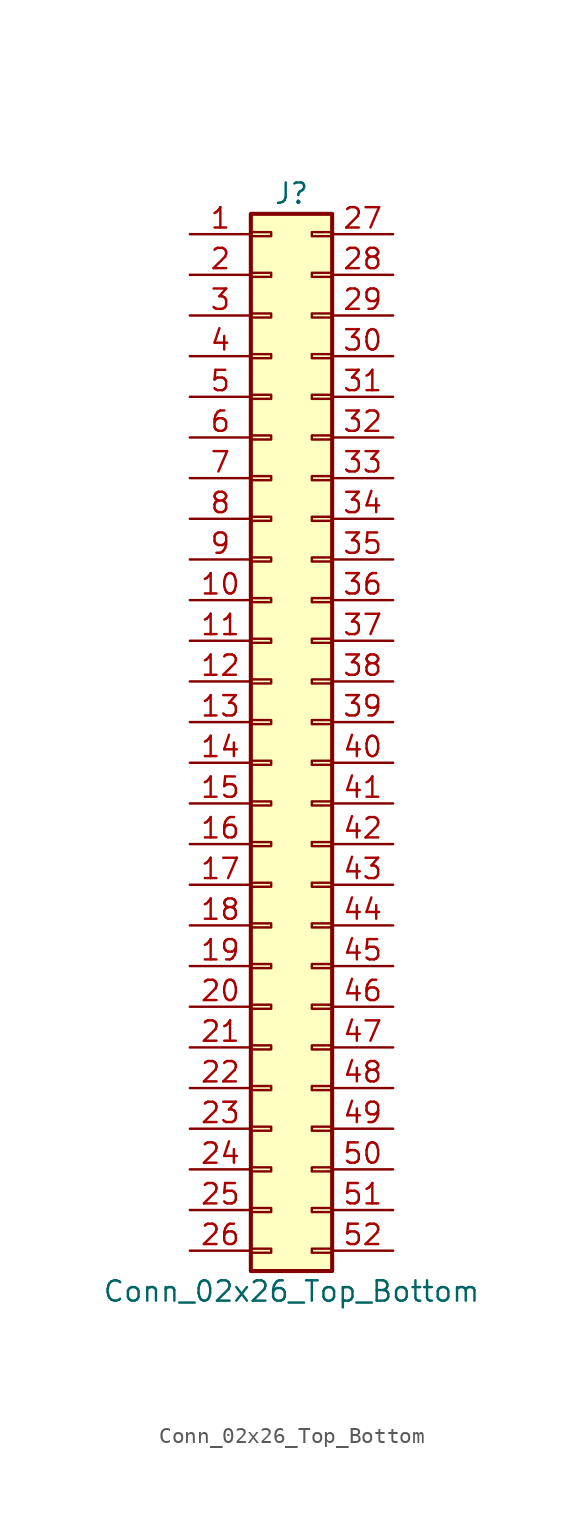
<source format=kicad_sym>
(kicad_symbol_lib
  (version 20201005)
  (generator kicad_symbol_editor)
  (symbol "Conn_02x26_Top_Bottom"
    (pin_names
      (offset 1.016) hide)
    (property "Reference" "J"
      (at 1.27 33.02 0)
      (effects (font (size 1.27 1.27))))
    (property "Value" "Conn_02x26_Top_Bottom"
      (at 1.27 -35.56 0)
      (effects (font (size 1.27 1.27))))
    (symbol "Conn_02x26_Top_Bottom_1_1"
      (rectangle (start -1.27 -32.893) (end 0 -33.147) (stroke (width 0.152)) (fill (type none)))
      (rectangle (start -1.27 -30.353) (end 0 -30.607) (stroke (width 0.152)) (fill (type none)))
      (rectangle (start -1.27 -27.813) (end 0 -28.067) (stroke (width 0.152)) (fill (type none)))
      (rectangle (start -1.27 -25.273) (end 0 -25.527) (stroke (width 0.152)) (fill (type none)))
      (rectangle (start -1.27 -22.733) (end 0 -22.987) (stroke (width 0.152)) (fill (type none)))
      (rectangle (start -1.27 -20.193) (end 0 -20.447) (stroke (width 0.152)) (fill (type none)))
      (rectangle (start -1.27 -17.653) (end 0 -17.907) (stroke (width 0.152)) (fill (type none)))
      (rectangle (start -1.27 -15.113) (end 0 -15.367) (stroke (width 0.152)) (fill (type none)))
      (rectangle (start -1.27 -12.573) (end 0 -12.827) (stroke (width 0.152)) (fill (type none)))
      (rectangle (start -1.27 -10.033) (end 0 -10.287) (stroke (width 0.152)) (fill (type none)))
      (rectangle (start -1.27 -7.493) (end 0 -7.747) (stroke (width 0.152)) (fill (type none)))
      (rectangle (start -1.27 -4.953) (end 0 -5.207) (stroke (width 0.152)) (fill (type none)))
      (rectangle (start -1.27 -2.413) (end 0 -2.667) (stroke (width 0.152)) (fill (type none)))
      (rectangle (start -1.27 0.127) (end 0 -0.127) (stroke (width 0.152)) (fill (type none)))
      (rectangle (start -1.27 2.667) (end 0 2.413) (stroke (width 0.152)) (fill (type none)))
      (rectangle (start -1.27 5.207) (end 0 4.953) (stroke (width 0.152)) (fill (type none)))
      (rectangle (start -1.27 7.747) (end 0 7.493) (stroke (width 0.152)) (fill (type none)))
      (rectangle (start -1.27 10.287) (end 0 10.033) (stroke (width 0.152)) (fill (type none)))
      (rectangle (start -1.27 12.827) (end 0 12.573) (stroke (width 0.152)) (fill (type none)))
      (rectangle (start -1.27 15.367) (end 0 15.113) (stroke (width 0.152)) (fill (type none)))
      (rectangle (start -1.27 17.907) (end 0 17.653) (stroke (width 0.152)) (fill (type none)))
      (rectangle (start -1.27 20.447) (end 0 20.193) (stroke (width 0.152)) (fill (type none)))
      (rectangle (start -1.27 22.987) (end 0 22.733) (stroke (width 0.152)) (fill (type none)))
      (rectangle (start -1.27 25.527) (end 0 25.273) (stroke (width 0.152)) (fill (type none)))
      (rectangle (start -1.27 28.067) (end 0 27.813) (stroke (width 0.152)) (fill (type none)))
      (rectangle (start -1.27 30.607) (end 0 30.353) (stroke (width 0.152)) (fill (type none)))
      (rectangle (start -1.27 31.75) (end 3.81 -34.29) (stroke (width 0.254)) (fill (type background)))
      (rectangle (start 3.81 -32.893) (end 2.54 -33.147) (stroke (width 0.152)) (fill (type none)))
      (rectangle (start 3.81 -30.353) (end 2.54 -30.607) (stroke (width 0.152)) (fill (type none)))
      (rectangle (start 3.81 -27.813) (end 2.54 -28.067) (stroke (width 0.152)) (fill (type none)))
      (rectangle (start 3.81 -25.273) (end 2.54 -25.527) (stroke (width 0.152)) (fill (type none)))
      (rectangle (start 3.81 -22.733) (end 2.54 -22.987) (stroke (width 0.152)) (fill (type none)))
      (rectangle (start 3.81 -20.193) (end 2.54 -20.447) (stroke (width 0.152)) (fill (type none)))
      (rectangle (start 3.81 -17.653) (end 2.54 -17.907) (stroke (width 0.152)) (fill (type none)))
      (rectangle (start 3.81 -15.113) (end 2.54 -15.367) (stroke (width 0.152)) (fill (type none)))
      (rectangle (start 3.81 -12.573) (end 2.54 -12.827) (stroke (width 0.152)) (fill (type none)))
      (rectangle (start 3.81 -10.033) (end 2.54 -10.287) (stroke (width 0.152)) (fill (type none)))
      (rectangle (start 3.81 -7.493) (end 2.54 -7.747) (stroke (width 0.152)) (fill (type none)))
      (rectangle (start 3.81 -4.953) (end 2.54 -5.207) (stroke (width 0.152)) (fill (type none)))
      (rectangle (start 3.81 -2.413) (end 2.54 -2.667) (stroke (width 0.152)) (fill (type none)))
      (rectangle (start 3.81 0.127) (end 2.54 -0.127) (stroke (width 0.152)) (fill (type none)))
      (rectangle (start 3.81 2.667) (end 2.54 2.413) (stroke (width 0.152)) (fill (type none)))
      (rectangle (start 3.81 5.207) (end 2.54 4.953) (stroke (width 0.152)) (fill (type none)))
      (rectangle (start 3.81 7.747) (end 2.54 7.493) (stroke (width 0.152)) (fill (type none)))
      (rectangle (start 3.81 10.287) (end 2.54 10.033) (stroke (width 0.152)) (fill (type none)))
      (rectangle (start 3.81 12.827) (end 2.54 12.573) (stroke (width 0.152)) (fill (type none)))
      (rectangle (start 3.81 15.367) (end 2.54 15.113) (stroke (width 0.152)) (fill (type none)))
      (rectangle (start 3.81 17.907) (end 2.54 17.653) (stroke (width 0.152)) (fill (type none)))
      (rectangle (start 3.81 20.447) (end 2.54 20.193) (stroke (width 0.152)) (fill (type none)))
      (rectangle (start 3.81 22.987) (end 2.54 22.733) (stroke (width 0.152)) (fill (type none)))
      (rectangle (start 3.81 25.527) (end 2.54 25.273) (stroke (width 0.152)) (fill (type none)))
      (rectangle (start 3.81 28.067) (end 2.54 27.813) (stroke (width 0.152)) (fill (type none)))
      (rectangle (start 3.81 30.607) (end 2.54 30.353) (stroke (width 0.152)) (fill (type none)))
      (pin passive line (at -5.08 30.48 0) (length 3.81) (name "Pin_1" (effects (font (size 1.27 1.27)))) (number "1" (effects (font (size 1.27 1.27)))))
      (pin passive line (at -5.08 7.62 0) (length 3.81) (name "Pin_10" (effects (font (size 1.27 1.27)))) (number "10" (effects (font (size 1.27 1.27)))))
      (pin passive line (at -5.08 5.08 0) (length 3.81) (name "Pin_11" (effects (font (size 1.27 1.27)))) (number "11" (effects (font (size 1.27 1.27)))))
      (pin passive line (at -5.08 2.54 0) (length 3.81) (name "Pin_12" (effects (font (size 1.27 1.27)))) (number "12" (effects (font (size 1.27 1.27)))))
      (pin passive line (at -5.08 0 0) (length 3.81) (name "Pin_13" (effects (font (size 1.27 1.27)))) (number "13" (effects (font (size 1.27 1.27)))))
      (pin passive line (at -5.08 -2.54 0) (length 3.81) (name "Pin_14" (effects (font (size 1.27 1.27)))) (number "14" (effects (font (size 1.27 1.27)))))
      (pin passive line (at -5.08 -5.08 0) (length 3.81) (name "Pin_15" (effects (font (size 1.27 1.27)))) (number "15" (effects (font (size 1.27 1.27)))))
      (pin passive line (at -5.08 -7.62 0) (length 3.81) (name "Pin_16" (effects (font (size 1.27 1.27)))) (number "16" (effects (font (size 1.27 1.27)))))
      (pin passive line (at -5.08 -10.16 0) (length 3.81) (name "Pin_17" (effects (font (size 1.27 1.27)))) (number "17" (effects (font (size 1.27 1.27)))))
      (pin passive line (at -5.08 -12.7 0) (length 3.81) (name "Pin_18" (effects (font (size 1.27 1.27)))) (number "18" (effects (font (size 1.27 1.27)))))
      (pin passive line (at -5.08 -15.24 0) (length 3.81) (name "Pin_19" (effects (font (size 1.27 1.27)))) (number "19" (effects (font (size 1.27 1.27)))))
      (pin passive line (at -5.08 27.94 0) (length 3.81) (name "Pin_2" (effects (font (size 1.27 1.27)))) (number "2" (effects (font (size 1.27 1.27)))))
      (pin passive line (at -5.08 -17.78 0) (length 3.81) (name "Pin_20" (effects (font (size 1.27 1.27)))) (number "20" (effects (font (size 1.27 1.27)))))
      (pin passive line (at -5.08 -20.32 0) (length 3.81) (name "Pin_21" (effects (font (size 1.27 1.27)))) (number "21" (effects (font (size 1.27 1.27)))))
      (pin passive line (at -5.08 -22.86 0) (length 3.81) (name "Pin_22" (effects (font (size 1.27 1.27)))) (number "22" (effects (font (size 1.27 1.27)))))
      (pin passive line (at -5.08 -25.4 0) (length 3.81) (name "Pin_23" (effects (font (size 1.27 1.27)))) (number "23" (effects (font (size 1.27 1.27)))))
      (pin passive line (at -5.08 -27.94 0) (length 3.81) (name "Pin_24" (effects (font (size 1.27 1.27)))) (number "24" (effects (font (size 1.27 1.27)))))
      (pin passive line (at -5.08 -30.48 0) (length 3.81) (name "Pin_25" (effects (font (size 1.27 1.27)))) (number "25" (effects (font (size 1.27 1.27)))))
      (pin passive line (at -5.08 -33.02 0) (length 3.81) (name "Pin_26" (effects (font (size 1.27 1.27)))) (number "26" (effects (font (size 1.27 1.27)))))
      (pin passive line (at 7.62 30.48 180) (length 3.81) (name "Pin_27" (effects (font (size 1.27 1.27)))) (number "27" (effects (font (size 1.27 1.27)))))
      (pin passive line (at 7.62 27.94 180) (length 3.81) (name "Pin_28" (effects (font (size 1.27 1.27)))) (number "28" (effects (font (size 1.27 1.27)))))
      (pin passive line (at 7.62 25.4 180) (length 3.81) (name "Pin_29" (effects (font (size 1.27 1.27)))) (number "29" (effects (font (size 1.27 1.27)))))
      (pin passive line (at -5.08 25.4 0) (length 3.81) (name "Pin_3" (effects (font (size 1.27 1.27)))) (number "3" (effects (font (size 1.27 1.27)))))
      (pin passive line (at 7.62 22.86 180) (length 3.81) (name "Pin_30" (effects (font (size 1.27 1.27)))) (number "30" (effects (font (size 1.27 1.27)))))
      (pin passive line (at 7.62 20.32 180) (length 3.81) (name "Pin_31" (effects (font (size 1.27 1.27)))) (number "31" (effects (font (size 1.27 1.27)))))
      (pin passive line (at 7.62 17.78 180) (length 3.81) (name "Pin_32" (effects (font (size 1.27 1.27)))) (number "32" (effects (font (size 1.27 1.27)))))
      (pin passive line (at 7.62 15.24 180) (length 3.81) (name "Pin_33" (effects (font (size 1.27 1.27)))) (number "33" (effects (font (size 1.27 1.27)))))
      (pin passive line (at 7.62 12.7 180) (length 3.81) (name "Pin_34" (effects (font (size 1.27 1.27)))) (number "34" (effects (font (size 1.27 1.27)))))
      (pin passive line (at 7.62 10.16 180) (length 3.81) (name "Pin_35" (effects (font (size 1.27 1.27)))) (number "35" (effects (font (size 1.27 1.27)))))
      (pin passive line (at 7.62 7.62 180) (length 3.81) (name "Pin_36" (effects (font (size 1.27 1.27)))) (number "36" (effects (font (size 1.27 1.27)))))
      (pin passive line (at 7.62 5.08 180) (length 3.81) (name "Pin_37" (effects (font (size 1.27 1.27)))) (number "37" (effects (font (size 1.27 1.27)))))
      (pin passive line (at 7.62 2.54 180) (length 3.81) (name "Pin_38" (effects (font (size 1.27 1.27)))) (number "38" (effects (font (size 1.27 1.27)))))
      (pin passive line (at 7.62 0 180) (length 3.81) (name "Pin_39" (effects (font (size 1.27 1.27)))) (number "39" (effects (font (size 1.27 1.27)))))
      (pin passive line (at -5.08 22.86 0) (length 3.81) (name "Pin_4" (effects (font (size 1.27 1.27)))) (number "4" (effects (font (size 1.27 1.27)))))
      (pin passive line (at 7.62 -2.54 180) (length 3.81) (name "Pin_40" (effects (font (size 1.27 1.27)))) (number "40" (effects (font (size 1.27 1.27)))))
      (pin passive line (at 7.62 -5.08 180) (length 3.81) (name "Pin_41" (effects (font (size 1.27 1.27)))) (number "41" (effects (font (size 1.27 1.27)))))
      (pin passive line (at 7.62 -7.62 180) (length 3.81) (name "Pin_42" (effects (font (size 1.27 1.27)))) (number "42" (effects (font (size 1.27 1.27)))))
      (pin passive line (at 7.62 -10.16 180) (length 3.81) (name "Pin_43" (effects (font (size 1.27 1.27)))) (number "43" (effects (font (size 1.27 1.27)))))
      (pin passive line (at 7.62 -12.7 180) (length 3.81) (name "Pin_44" (effects (font (size 1.27 1.27)))) (number "44" (effects (font (size 1.27 1.27)))))
      (pin passive line (at 7.62 -15.24 180) (length 3.81) (name "Pin_45" (effects (font (size 1.27 1.27)))) (number "45" (effects (font (size 1.27 1.27)))))
      (pin passive line (at 7.62 -17.78 180) (length 3.81) (name "Pin_46" (effects (font (size 1.27 1.27)))) (number "46" (effects (font (size 1.27 1.27)))))
      (pin passive line (at 7.62 -20.32 180) (length 3.81) (name "Pin_47" (effects (font (size 1.27 1.27)))) (number "47" (effects (font (size 1.27 1.27)))))
      (pin passive line (at 7.62 -22.86 180) (length 3.81) (name "Pin_48" (effects (font (size 1.27 1.27)))) (number "48" (effects (font (size 1.27 1.27)))))
      (pin passive line (at 7.62 -25.4 180) (length 3.81) (name "Pin_49" (effects (font (size 1.27 1.27)))) (number "49" (effects (font (size 1.27 1.27)))))
      (pin passive line (at -5.08 20.32 0) (length 3.81) (name "Pin_5" (effects (font (size 1.27 1.27)))) (number "5" (effects (font (size 1.27 1.27)))))
      (pin passive line (at 7.62 -27.94 180) (length 3.81) (name "Pin_50" (effects (font (size 1.27 1.27)))) (number "50" (effects (font (size 1.27 1.27)))))
      (pin passive line (at 7.62 -30.48 180) (length 3.81) (name "Pin_51" (effects (font (size 1.27 1.27)))) (number "51" (effects (font (size 1.27 1.27)))))
      (pin passive line (at 7.62 -33.02 180) (length 3.81) (name "Pin_52" (effects (font (size 1.27 1.27)))) (number "52" (effects (font (size 1.27 1.27)))))
      (pin passive line (at -5.08 17.78 0) (length 3.81) (name "Pin_6" (effects (font (size 1.27 1.27)))) (number "6" (effects (font (size 1.27 1.27)))))
      (pin passive line (at -5.08 15.24 0) (length 3.81) (name "Pin_7" (effects (font (size 1.27 1.27)))) (number "7" (effects (font (size 1.27 1.27)))))
      (pin passive line (at -5.08 12.7 0) (length 3.81) (name "Pin_8" (effects (font (size 1.27 1.27)))) (number "8" (effects (font (size 1.27 1.27)))))
      (pin passive line (at -5.08 10.16 0) (length 3.81) (name "Pin_9" (effects (font (size 1.27 1.27)))) (number "9" (effects (font (size 1.27 1.27))))))))
</source>
